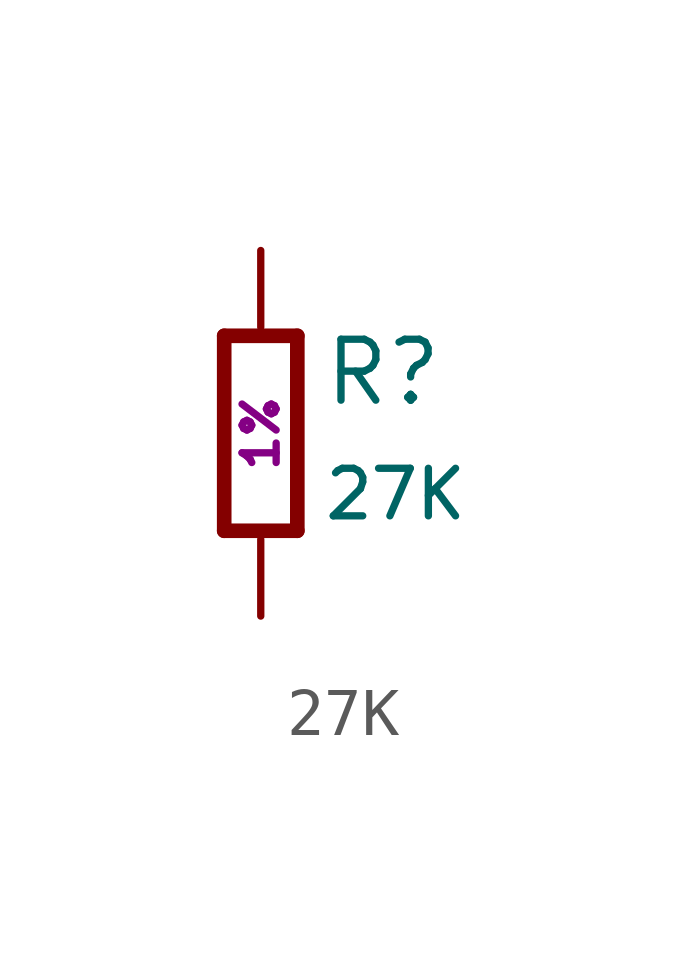
<source format=kicad_sym>
(kicad_symbol_lib
  (version 20211014)
  (generator kicad_symbol_editor)
  (symbol "27K"
    (pin_numbers hide)
    (pin_names
      (offset 0.254) hide)
    (property "Reference" "R"
      (at 1.27 1.27 0)
      (effects (font (size 1.27 1.27)) (justify left)))
    (property "Value" "27K"
      (at 1.27 -1.27 0)
      (effects (font (size 0.991 0.991)) (justify left)))
    (property "Tolerance" "1%"
      (at 0 0 90)
      (effects (font (size 0.711 0.711))))
    (symbol "27K_1_1"
      (polyline (pts (xy -0.762 -2.032) (xy -0.762 2.032)) (stroke (width 0.305) (type default) (color 0 0 0 0)) (fill (type outline)))
      (polyline (pts (xy 0.762 -2.032) (xy -0.762 -2.032)) (stroke (width 0.305) (type default) (color 0 0 0 0)) (fill (type outline)))
      (polyline (pts (xy 0.762 -2.032) (xy 0.762 2.032)) (stroke (width 0.305) (type default) (color 0 0 0 0)) (fill (type outline)))
      (polyline (pts (xy 0.762 2.032) (xy -0.762 2.032)) (stroke (width 0.305) (type default) (color 0 0 0 0)) (fill (type outline)))
      (pin passive line (at 0 3.81 270) (length 1.6) (name "~" (effects (font (size 1.27 1.27)))) (number "1" (effects (font (size 1.27 1.27)))))
      (pin passive line (at 0 -3.81 90) (length 1.6) (name "~" (effects (font (size 1.27 1.27)))) (number "2" (effects (font (size 1.27 1.27))))))))
</source>
